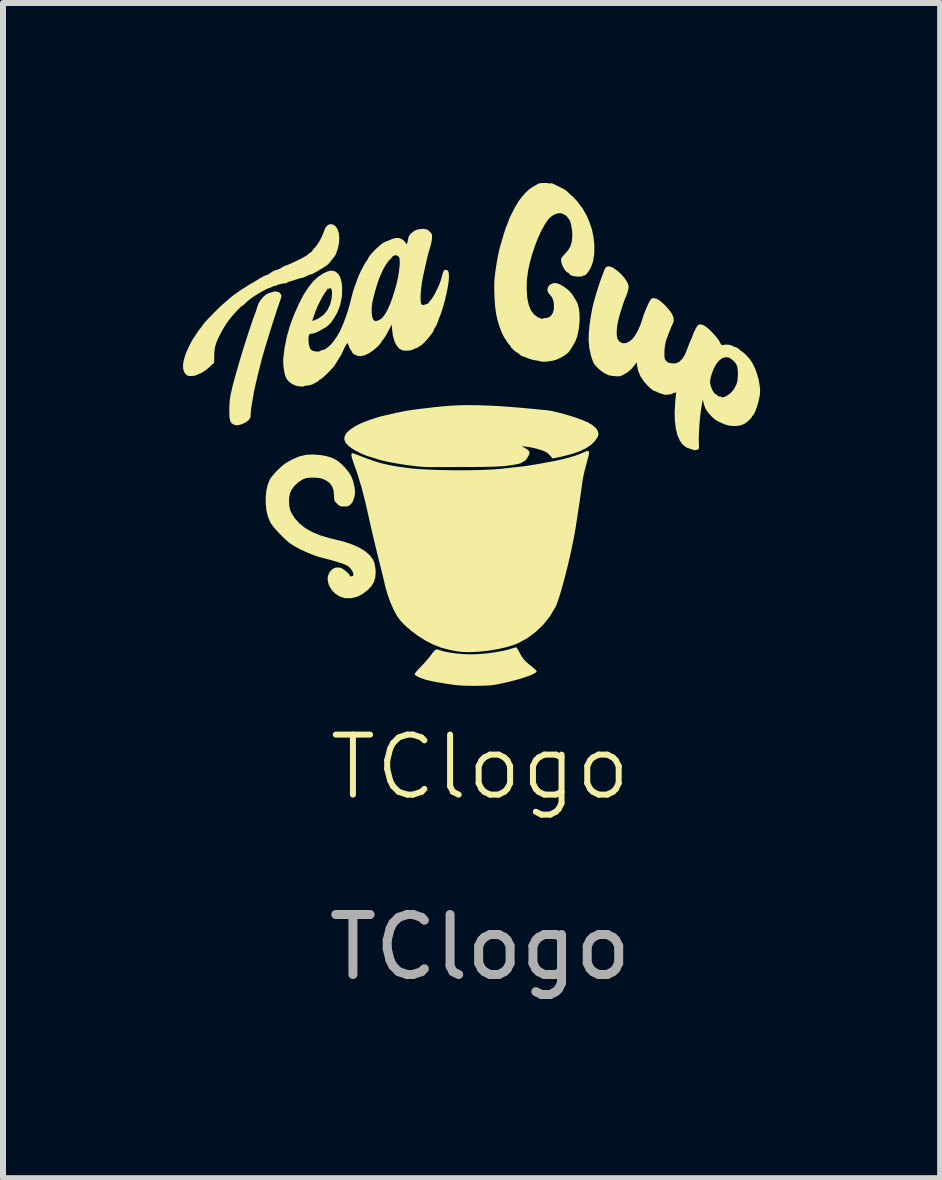
<source format=kicad_pcb>
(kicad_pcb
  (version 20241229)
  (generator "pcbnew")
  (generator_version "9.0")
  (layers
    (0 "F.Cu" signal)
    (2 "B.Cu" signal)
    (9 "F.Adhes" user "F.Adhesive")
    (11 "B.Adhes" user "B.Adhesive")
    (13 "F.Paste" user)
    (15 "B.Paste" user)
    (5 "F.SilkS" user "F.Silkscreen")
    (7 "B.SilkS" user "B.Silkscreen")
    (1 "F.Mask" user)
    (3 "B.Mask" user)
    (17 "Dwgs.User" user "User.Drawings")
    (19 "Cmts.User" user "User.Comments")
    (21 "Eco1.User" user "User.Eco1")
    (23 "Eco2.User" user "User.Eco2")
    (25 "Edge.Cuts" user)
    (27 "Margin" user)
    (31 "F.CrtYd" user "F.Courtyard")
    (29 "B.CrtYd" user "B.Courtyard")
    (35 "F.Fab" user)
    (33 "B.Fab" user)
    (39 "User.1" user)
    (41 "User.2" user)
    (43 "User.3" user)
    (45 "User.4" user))
  (footprint "TClogo"
    (layer "F.Cu")
    (at 4.95 10.234)
    (property "Reference" "TClogo" (at 0 -0.5 0) (unlocked yes) (layer "F.SilkS") (effects (font (size 1 1) (thickness 0.1))))
    (fp_poly (pts (xy 0.602 -2.495) (xy 0.616 -2.483) (xy 0.633 -2.455) (xy 0.655 -2.414) (xy 0.69 -2.351) (xy 0.724 -2.302) (xy 0.765 -2.258) (xy 0.818 -2.211) (xy 0.85 -2.186) (xy 0.892 -2.152) (xy 0.923 -2.123) (xy 0.942 -2.103) (xy 0.944 -2.096) (xy 0.927 -2.076) (xy 0.887 -2.053) (xy 0.828 -2.027) (xy 0.752 -2) (xy 0.662 -1.971) (xy 0.56 -1.943) (xy 0.449 -1.915) (xy 0.378 -1.9) (xy 0.301 -1.883) (xy 0.236 -1.872) (xy 0.176 -1.864) (xy 0.112 -1.86) (xy 0.037 -1.857) (xy -0.023 -1.856) (xy -0.105 -1.855) (xy -0.19 -1.856) (xy -0.27 -1.858) (xy -0.336 -1.862) (xy -0.361 -1.864) (xy -0.43 -1.871) (xy -0.511 -1.882) (xy -0.598 -1.896) (xy -0.686 -1.911) (xy -0.769 -1.926) (xy -0.841 -1.941) (xy -0.896 -1.955) (xy -0.912 -1.959) (xy -0.98 -1.983) (xy -1.035 -2.006) (xy -1.073 -2.028) (xy -1.09 -2.046) (xy -1.084 -2.065) (xy -1.059 -2.098) (xy -1.015 -2.146) (xy -0.997 -2.164) (xy -0.945 -2.218) (xy -0.891 -2.279) (xy -0.842 -2.338) (xy -0.823 -2.363) (xy -0.79 -2.406) (xy -0.76 -2.44) (xy -0.737 -2.46) (xy -0.729 -2.464) (xy -0.705 -2.46) (xy -0.669 -2.45) (xy -0.654 -2.444) (xy -0.584 -2.425) (xy -0.495 -2.408) (xy -0.39 -2.394) (xy -0.275 -2.384) (xy -0.223 -2.381) (xy -0.116 -2.38) (xy 0.003 -2.386) (xy 0.128 -2.398) (xy 0.252 -2.415) (xy 0.37 -2.436) (xy 0.476 -2.461) (xy 0.563 -2.488) (xy 0.567 -2.489) (xy 0.587 -2.496)) (stroke (width 0) (type solid)) (fill yes) (layer "F.SilkS"))
    (fp_poly (pts (xy -3.4 -8.43) (xy -3.398 -8.425) (xy -3.389 -8.419) (xy -3.379 -8.421) (xy -3.358 -8.418) (xy -3.334 -8.399) (xy -3.316 -8.373) (xy -3.31 -8.352) (xy -3.314 -8.331) (xy -3.325 -8.294) (xy -3.34 -8.251) (xy -3.362 -8.188) (xy -3.39 -8.106) (xy -3.421 -8.009) (xy -3.456 -7.901) (xy -3.492 -7.788) (xy -3.527 -7.673) (xy -3.562 -7.561) (xy -3.593 -7.456) (xy -3.61 -7.399) (xy -3.628 -7.333) (xy -3.649 -7.255) (xy -3.671 -7.167) (xy -3.694 -7.076) (xy -3.716 -6.986) (xy -3.736 -6.901) (xy -3.753 -6.826) (xy -3.766 -6.766) (xy -3.773 -6.729) (xy -3.782 -6.67) (xy -3.794 -6.602) (xy -3.805 -6.541) (xy -3.814 -6.483) (xy -3.82 -6.426) (xy -3.823 -6.38) (xy -3.823 -6.377) (xy -3.826 -6.336) (xy -3.837 -6.308) (xy -3.86 -6.28) (xy -3.867 -6.274) (xy -3.911 -6.243) (xy -3.967 -6.217) (xy -4.023 -6.2) (xy -4.055 -6.197) (xy -4.086 -6.202) (xy -4.112 -6.212) (xy -4.138 -6.23) (xy -4.157 -6.254) (xy -4.169 -6.289) (xy -4.176 -6.339) (xy -4.179 -6.407) (xy -4.179 -6.466) (xy -4.177 -6.537) (xy -4.173 -6.597) (xy -4.166 -6.654) (xy -4.155 -6.716) (xy -4.138 -6.791) (xy -4.131 -6.823) (xy -4.106 -6.919) (xy -4.075 -7.033) (xy -4.039 -7.16) (xy -3.999 -7.296) (xy -3.957 -7.436) (xy -3.913 -7.576) (xy -3.87 -7.711) (xy -3.828 -7.836) (xy -3.79 -7.948) (xy -3.756 -8.041) (xy -3.748 -8.062) (xy -3.732 -8.106) (xy -3.72 -8.145) (xy -3.715 -8.163) (xy -3.695 -8.222) (xy -3.659 -8.282) (xy -3.614 -8.336) (xy -3.565 -8.377) (xy -3.523 -8.398) (xy -3.467 -8.416) (xy -3.43 -8.426) (xy -3.409 -8.431)) (stroke (width 0) (type solid)) (fill yes) (layer "F.SilkS"))
    (fp_poly (pts (xy -0.06 -6.532) (xy 0.103 -6.527) (xy 0.278 -6.519) (xy 0.469 -6.506) (xy 0.678 -6.489) (xy 0.906 -6.468) (xy 1.117 -6.447) (xy 1.19 -6.436) (xy 1.28 -6.416) (xy 1.381 -6.39) (xy 1.486 -6.359) (xy 1.59 -6.326) (xy 1.687 -6.291) (xy 1.769 -6.257) (xy 1.794 -6.246) (xy 1.868 -6.204) (xy 1.923 -6.157) (xy 1.959 -6.108) (xy 1.973 -6.059) (xy 1.964 -6.011) (xy 1.962 -6.007) (xy 1.914 -5.935) (xy 1.849 -5.871) (xy 1.764 -5.814) (xy 1.659 -5.764) (xy 1.532 -5.72) (xy 1.383 -5.681) (xy 1.306 -5.664) (xy 1.207 -5.644) (xy 1.17 -5.689) (xy 1.138 -5.721) (xy 1.104 -5.748) (xy 1.096 -5.753) (xy 1.046 -5.774) (xy 0.98 -5.796) (xy 0.907 -5.816) (xy 0.836 -5.831) (xy 0.776 -5.84) (xy 0.773 -5.84) (xy 0.691 -5.847) (xy 0.74 -5.822) (xy 0.783 -5.797) (xy 0.809 -5.776) (xy 0.82 -5.755) (xy 0.823 -5.733) (xy 0.816 -5.706) (xy 0.798 -5.672) (xy 0.775 -5.637) (xy 0.751 -5.609) (xy 0.732 -5.596) (xy 0.73 -5.596) (xy 0.712 -5.588) (xy 0.696 -5.575) (xy 0.671 -5.563) (xy 0.621 -5.55) (xy 0.547 -5.537) (xy 0.494 -5.529) (xy 0.448 -5.523) (xy 0.401 -5.518) (xy 0.352 -5.514) (xy 0.297 -5.511) (xy 0.234 -5.508) (xy 0.159 -5.506) (xy 0.07 -5.504) (xy -0.037 -5.503) (xy -0.163 -5.502) (xy -0.267 -5.502) (xy -0.388 -5.501) (xy -0.504 -5.501) (xy -0.612 -5.501) (xy -0.709 -5.501) (xy -0.792 -5.501) (xy -0.858 -5.501) (xy -0.904 -5.502) (xy -0.924 -5.503) (xy -1.02 -5.51) (xy -1.126 -5.522) (xy -1.239 -5.537) (xy -1.353 -5.555) (xy -1.462 -5.574) (xy -1.562 -5.594) (xy -1.647 -5.614) (xy -1.713 -5.633) (xy -1.713 -5.634) (xy -1.767 -5.651) (xy -1.824 -5.669) (xy -1.854 -5.677) (xy -1.896 -5.691) (xy -1.951 -5.713) (xy -2.007 -5.739) (xy -2.023 -5.747) (xy -2.12 -5.801) (xy -2.192 -5.853) (xy -2.24 -5.906) (xy -2.262 -5.957) (xy -2.259 -6.009) (xy -2.232 -6.061) (xy -2.18 -6.114) (xy -2.103 -6.168) (xy -2.065 -6.19) (xy -1.999 -6.223) (xy -1.916 -6.258) (xy -1.824 -6.292) (xy -1.73 -6.323) (xy -1.641 -6.349) (xy -1.601 -6.358) (xy -1.499 -6.381) (xy -1.416 -6.4) (xy -1.346 -6.415) (xy -1.286 -6.427) (xy -1.232 -6.437) (xy -1.178 -6.446) (xy -1.121 -6.455) (xy -1.057 -6.463) (xy -0.98 -6.473) (xy -0.888 -6.484) (xy -0.776 -6.497) (xy -0.768 -6.498) (xy -0.632 -6.512) (xy -0.496 -6.523) (xy -0.357 -6.53) (xy -0.213 -6.533)) (stroke (width 0) (type solid)) (fill yes) (layer "F.SilkS"))
    (fp_poly (pts (xy 1.814 -5.759) (xy 1.816 -5.729) (xy 1.805 -5.677) (xy 1.799 -5.655) (xy 1.769 -5.544) (xy 1.745 -5.452) (xy 1.727 -5.377) (xy 1.714 -5.313) (xy 1.705 -5.259) (xy 1.702 -5.235) (xy 1.696 -5.192) (xy 1.687 -5.127) (xy 1.676 -5.047) (xy 1.663 -4.954) (xy 1.648 -4.853) (xy 1.632 -4.749) (xy 1.616 -4.645) (xy 1.601 -4.546) (xy 1.594 -4.499) (xy 1.574 -4.385) (xy 1.55 -4.261) (xy 1.523 -4.129) (xy 1.493 -3.994) (xy 1.461 -3.859) (xy 1.428 -3.725) (xy 1.394 -3.598) (xy 1.362 -3.48) (xy 1.33 -3.374) (xy 1.301 -3.283) (xy 1.275 -3.211) (xy 1.254 -3.165) (xy 1.164 -3.014) (xy 1.054 -2.876) (xy 0.926 -2.753) (xy 0.784 -2.648) (xy 0.631 -2.565) (xy 0.541 -2.53) (xy 0.431 -2.498) (xy 0.307 -2.47) (xy 0.176 -2.447) (xy 0.042 -2.43) (xy -0.088 -2.42) (xy -0.208 -2.417) (xy -0.314 -2.422) (xy -0.317 -2.422) (xy -0.405 -2.435) (xy -0.503 -2.454) (xy -0.599 -2.478) (xy -0.662 -2.496) (xy -0.783 -2.544) (xy -0.91 -2.61) (xy -1.036 -2.689) (xy -1.154 -2.777) (xy -1.259 -2.87) (xy -1.334 -2.951) (xy -1.389 -3.028) (xy -1.442 -3.127) (xy -1.493 -3.241) (xy -1.538 -3.367) (xy -1.577 -3.5) (xy -1.588 -3.547) (xy -1.605 -3.62) (xy -1.624 -3.699) (xy -1.642 -3.773) (xy -1.65 -3.804) (xy -1.674 -3.899) (xy -1.7 -4.002) (xy -1.727 -4.114) (xy -1.757 -4.239) (xy -1.79 -4.379) (xy -1.826 -4.536) (xy -1.866 -4.712) (xy -1.911 -4.91) (xy -1.916 -4.931) (xy -1.976 -5.166) (xy -2.05 -5.406) (xy -2.103 -5.555) (xy -2.129 -5.631) (xy -2.143 -5.687) (xy -2.144 -5.72) (xy -2.133 -5.733) (xy -2.131 -5.733) (xy -2.115 -5.728) (xy -2.08 -5.717) (xy -2.032 -5.699) (xy -1.974 -5.677) (xy -1.959 -5.671) (xy -1.844 -5.628) (xy -1.739 -5.592) (xy -1.639 -5.563) (xy -1.536 -5.539) (xy -1.425 -5.518) (xy -1.298 -5.498) (xy -1.231 -5.489) (xy -1.122 -5.476) (xy -0.993 -5.466) (xy -0.847 -5.458) (xy -0.69 -5.452) (xy -0.525 -5.449) (xy -0.358 -5.447) (xy -0.193 -5.448) (xy -0.033 -5.451) (xy 0.115 -5.456) (xy 0.249 -5.463) (xy 0.363 -5.473) (xy 0.384 -5.476) (xy 0.461 -5.484) (xy 0.541 -5.493) (xy 0.616 -5.502) (xy 0.673 -5.508) (xy 0.734 -5.515) (xy 0.814 -5.527) (xy 0.908 -5.542) (xy 1.008 -5.559) (xy 1.11 -5.578) (xy 1.208 -5.596) (xy 1.296 -5.614) (xy 1.368 -5.63) (xy 1.386 -5.635) (xy 1.488 -5.661) (xy 1.581 -5.689) (xy 1.659 -5.717) (xy 1.718 -5.742) (xy 1.723 -5.744) (xy 1.769 -5.765) (xy 1.799 -5.771)) (stroke (width 0) (type solid)) (fill yes) (layer "F.SilkS"))
    (fp_poly (pts (xy -2.669 -5.702) (xy -2.567 -5.685) (xy -2.483 -5.661) (xy -2.411 -5.628) (xy -2.345 -5.582) (xy -2.277 -5.519) (xy -2.248 -5.488) (xy -2.188 -5.415) (xy -2.145 -5.344) (xy -2.116 -5.267) (xy -2.101 -5.208) (xy -2.089 -5.146) (xy -2.084 -5.098) (xy -2.086 -5.053) (xy -2.095 -5.002) (xy -2.097 -4.992) (xy -2.119 -4.929) (xy -2.152 -4.884) (xy -2.179 -4.861) (xy -2.204 -4.848) (xy -2.238 -4.844) (xy -2.265 -4.844) (xy -2.308 -4.845) (xy -2.336 -4.852) (xy -2.362 -4.87) (xy -2.385 -4.892) (xy -2.411 -4.919) (xy -2.425 -4.942) (xy -2.432 -4.969) (xy -2.434 -5.009) (xy -2.434 -5.027) (xy -2.442 -5.114) (xy -2.468 -5.185) (xy -2.511 -5.238) (xy -2.524 -5.249) (xy -2.579 -5.285) (xy -2.634 -5.308) (xy -2.698 -5.321) (xy -2.778 -5.325) (xy -2.836 -5.324) (xy -2.878 -5.321) (xy -2.913 -5.312) (xy -2.949 -5.297) (xy -2.962 -5.291) (xy -3.032 -5.246) (xy -3.094 -5.187) (xy -3.143 -5.12) (xy -3.167 -5.067) (xy -3.18 -5.003) (xy -3.184 -4.928) (xy -3.179 -4.852) (xy -3.164 -4.784) (xy -3.15 -4.747) (xy -3.087 -4.647) (xy -3.009 -4.56) (xy -2.913 -4.484) (xy -2.799 -4.419) (xy -2.664 -4.363) (xy -2.508 -4.316) (xy -2.411 -4.294) (xy -2.259 -4.255) (xy -2.125 -4.209) (xy -2.009 -4.156) (xy -1.913 -4.097) (xy -1.838 -4.032) (xy -1.785 -3.962) (xy -1.761 -3.905) (xy -1.751 -3.855) (xy -1.743 -3.795) (xy -1.74 -3.741) (xy -1.747 -3.658) (xy -1.768 -3.587) (xy -1.807 -3.522) (xy -1.865 -3.459) (xy -1.954 -3.388) (xy -2.048 -3.34) (xy -2.145 -3.316) (xy -2.244 -3.316) (xy -2.262 -3.319) (xy -2.34 -3.344) (xy -2.412 -3.39) (xy -2.472 -3.452) (xy -2.515 -3.525) (xy -2.528 -3.56) (xy -2.541 -3.628) (xy -2.537 -3.685) (xy -2.512 -3.74) (xy -2.496 -3.764) (xy -2.454 -3.806) (xy -2.402 -3.827) (xy -2.339 -3.826) (xy -2.329 -3.824) (xy -2.302 -3.813) (xy -2.267 -3.79) (xy -2.23 -3.761) (xy -2.198 -3.731) (xy -2.176 -3.705) (xy -2.171 -3.692) (xy -2.161 -3.68) (xy -2.141 -3.68) (xy -2.121 -3.688) (xy -2.112 -3.699) (xy -2.112 -3.729) (xy -2.128 -3.766) (xy -2.155 -3.806) (xy -2.189 -3.841) (xy -2.213 -3.858) (xy -2.252 -3.877) (xy -2.311 -3.899) (xy -2.385 -3.922) (xy -2.47 -3.947) (xy -2.561 -3.971) (xy -2.621 -3.986) (xy -2.704 -4.009) (xy -2.797 -4.042) (xy -2.894 -4.083) (xy -2.99 -4.127) (xy -3.077 -4.173) (xy -3.15 -4.218) (xy -3.187 -4.245) (xy -3.241 -4.293) (xy -3.3 -4.349) (xy -3.359 -4.409) (xy -3.413 -4.469) (xy -3.458 -4.524) (xy -3.49 -4.568) (xy -3.497 -4.581) (xy -3.535 -4.672) (xy -3.56 -4.778) (xy -3.572 -4.892) (xy -3.572 -5.008) (xy -3.56 -5.12) (xy -3.534 -5.221) (xy -3.502 -5.297) (xy -3.475 -5.337) (xy -3.433 -5.388) (xy -3.382 -5.443) (xy -3.327 -5.495) (xy -3.275 -5.54) (xy -3.26 -5.552) (xy -3.228 -5.573) (xy -3.182 -5.6) (xy -3.131 -5.628) (xy -3.116 -5.635) (xy -3.012 -5.679) (xy -2.907 -5.704) (xy -2.793 -5.711)) (stroke (width 0) (type solid)) (fill yes) (layer "F.SilkS"))
    (fp_poly (pts (xy -2.45 -9.542) (xy -2.445 -9.54) (xy -2.405 -9.51) (xy -2.374 -9.461) (xy -2.354 -9.397) (xy -2.346 -9.322) (xy -2.35 -9.239) (xy -2.364 -9.165) (xy -2.382 -9.107) (xy -2.401 -9.056) (xy -2.419 -9.018) (xy -2.432 -9.002) (xy -2.444 -8.989) (xy -2.464 -8.963) (xy -2.477 -8.945) (xy -2.505 -8.911) (xy -2.531 -8.882) (xy -2.54 -8.874) (xy -2.563 -8.857) (xy -2.599 -8.833) (xy -2.644 -8.805) (xy -2.691 -8.776) (xy -2.736 -8.75) (xy -2.774 -8.73) (xy -2.799 -8.718) (xy -2.805 -8.716) (xy -2.823 -8.712) (xy -2.856 -8.7) (xy -2.898 -8.681) (xy -2.937 -8.662) (xy -2.965 -8.653) (xy -2.976 -8.651) (xy -2.996 -8.647) (xy -3.032 -8.637) (xy -3.067 -8.626) (xy -3.112 -8.611) (xy -3.152 -8.599) (xy -3.172 -8.594) (xy -3.204 -8.582) (xy -3.221 -8.572) (xy -3.238 -8.561) (xy -3.243 -8.561) (xy -3.259 -8.563) (xy -3.291 -8.559) (xy -3.329 -8.55) (xy -3.365 -8.54) (xy -3.388 -8.53) (xy -3.412 -8.52) (xy -3.423 -8.519) (xy -3.423 -8.52) (xy -3.433 -8.519) (xy -3.456 -8.509) (xy -3.464 -8.505) (xy -3.497 -8.489) (xy -3.525 -8.48) (xy -3.527 -8.48) (xy -3.55 -8.471) (xy -3.59 -8.451) (xy -3.639 -8.424) (xy -3.692 -8.393) (xy -3.745 -8.361) (xy -3.79 -8.33) (xy -3.792 -8.329) (xy -3.841 -8.293) (xy -3.878 -8.263) (xy -3.911 -8.232) (xy -3.927 -8.216) (xy -3.949 -8.196) (xy -3.964 -8.188) (xy -3.964 -8.188) (xy -3.976 -8.181) (xy -3.999 -8.16) (xy -4.035 -8.123) (xy -4.085 -8.069) (xy -4.114 -8.037) (xy -4.169 -7.972) (xy -4.217 -7.908) (xy -4.263 -7.836) (xy -4.304 -7.764) (xy -4.35 -7.676) (xy -4.383 -7.604) (xy -4.406 -7.541) (xy -4.42 -7.481) (xy -4.428 -7.419) (xy -4.43 -7.36) (xy -4.432 -7.239) (xy -4.488 -7.187) (xy -4.532 -7.148) (xy -4.577 -7.112) (xy -4.619 -7.084) (xy -4.651 -7.065) (xy -4.667 -7.06) (xy -4.688 -7.054) (xy -4.71 -7.041) (xy -4.746 -7.026) (xy -4.793 -7.018) (xy -4.84 -7.018) (xy -4.878 -7.026) (xy -4.887 -7.031) (xy -4.926 -7.073) (xy -4.947 -7.131) (xy -4.95 -7.205) (xy -4.936 -7.292) (xy -4.904 -7.392) (xy -4.855 -7.503) (xy -4.848 -7.518) (xy -4.822 -7.568) (xy -4.799 -7.61) (xy -4.783 -7.639) (xy -4.776 -7.649) (xy -4.765 -7.663) (xy -4.748 -7.69) (xy -4.743 -7.699) (xy -4.691 -7.777) (xy -4.669 -7.804) (xy -4.654 -7.823) (xy -4.632 -7.852) (xy -4.627 -7.86) (xy -4.611 -7.881) (xy -4.596 -7.901) (xy -4.576 -7.924) (xy -4.55 -7.952) (xy -4.515 -7.989) (xy -4.466 -8.039) (xy -4.436 -8.071) (xy -4.387 -8.119) (xy -4.338 -8.167) (xy -4.295 -8.207) (xy -4.268 -8.231) (xy -4.228 -8.265) (xy -4.189 -8.299) (xy -4.169 -8.317) (xy -4.141 -8.34) (xy -4.099 -8.372) (xy -4.05 -8.407) (xy -4 -8.442) (xy -3.958 -8.47) (xy -3.939 -8.482) (xy -3.916 -8.496) (xy -3.882 -8.517) (xy -3.864 -8.529) (xy -3.832 -8.549) (xy -3.81 -8.561) (xy -3.805 -8.563) (xy -3.792 -8.57) (xy -3.765 -8.586) (xy -3.728 -8.61) (xy -3.727 -8.61) (xy -3.668 -8.647) (xy -3.616 -8.676) (xy -3.576 -8.695) (xy -3.553 -8.701) (xy -3.536 -8.708) (xy -3.507 -8.726) (xy -3.488 -8.739) (xy -3.452 -8.762) (xy -3.419 -8.778) (xy -3.407 -8.782) (xy -3.384 -8.787) (xy -3.376 -8.789) (xy -3.364 -8.794) (xy -3.348 -8.801) (xy -3.32 -8.817) (xy -3.304 -8.826) (xy -3.272 -8.845) (xy -3.248 -8.857) (xy -3.241 -8.858) (xy -3.221 -8.864) (xy -3.185 -8.879) (xy -3.138 -8.9) (xy -3.083 -8.926) (xy -3.027 -8.953) (xy -2.973 -8.98) (xy -2.927 -9.005) (xy -2.892 -9.025) (xy -2.874 -9.038) (xy -2.872 -9.04) (xy -2.862 -9.053) (xy -2.837 -9.069) (xy -2.834 -9.071) (xy -2.809 -9.087) (xy -2.797 -9.102) (xy -2.797 -9.103) (xy -2.788 -9.119) (xy -2.767 -9.144) (xy -2.755 -9.156) (xy -2.719 -9.199) (xy -2.681 -9.258) (xy -2.644 -9.326) (xy -2.614 -9.396) (xy -2.603 -9.428) (xy -2.575 -9.492) (xy -2.54 -9.533) (xy -2.498 -9.549)) (stroke (width 0) (type solid)) (fill yes) (layer "F.SilkS"))
    (fp_poly (pts (xy 1.098 -10.234) (xy 1.133 -10.232) (xy 1.152 -10.227) (xy 1.17 -10.223) (xy 1.174 -10.23) (xy 1.183 -10.233) (xy 1.209 -10.225) (xy 1.221 -10.219) (xy 1.258 -10.201) (xy 1.306 -10.178) (xy 1.343 -10.161) (xy 1.386 -10.139) (xy 1.423 -10.117) (xy 1.443 -10.102) (xy 1.464 -10.081) (xy 1.497 -10.05) (xy 1.535 -10.015) (xy 1.538 -10.013) (xy 1.577 -9.974) (xy 1.613 -9.935) (xy 1.638 -9.904) (xy 1.638 -9.904) (xy 1.662 -9.87) (xy 1.684 -9.842) (xy 1.688 -9.838) (xy 1.709 -9.81) (xy 1.725 -9.781) (xy 1.746 -9.744) (xy 1.763 -9.716) (xy 1.781 -9.681) (xy 1.798 -9.642) (xy 1.799 -9.641) (xy 1.813 -9.604) (xy 1.825 -9.574) (xy 1.826 -9.572) (xy 1.864 -9.46) (xy 1.89 -9.334) (xy 1.904 -9.202) (xy 1.903 -9.072) (xy 1.9 -9.033) (xy 1.882 -8.927) (xy 1.85 -8.835) (xy 1.818 -8.776) (xy 1.797 -8.746) (xy 1.773 -8.718) (xy 1.752 -8.699) (xy 1.739 -8.691) (xy 1.737 -8.695) (xy 1.73 -8.696) (xy 1.719 -8.689) (xy 1.692 -8.678) (xy 1.652 -8.674) (xy 1.606 -8.676) (xy 1.56 -8.683) (xy 1.52 -8.694) (xy 1.494 -8.709) (xy 1.487 -8.722) (xy 1.476 -8.737) (xy 1.465 -8.739) (xy 1.443 -8.751) (xy 1.417 -8.78) (xy 1.391 -8.82) (xy 1.369 -8.865) (xy 1.355 -8.908) (xy 1.352 -8.926) (xy 1.35 -8.955) (xy 1.353 -8.977) (xy 1.365 -8.998) (xy 1.388 -9.026) (xy 1.421 -9.06) (xy 1.472 -9.122) (xy 1.507 -9.185) (xy 1.528 -9.258) (xy 1.536 -9.345) (xy 1.537 -9.38) (xy 1.534 -9.431) (xy 1.526 -9.486) (xy 1.516 -9.54) (xy 1.503 -9.587) (xy 1.489 -9.622) (xy 1.477 -9.64) (xy 1.474 -9.641) (xy 1.462 -9.65) (xy 1.461 -9.656) (xy 1.45 -9.675) (xy 1.423 -9.697) (xy 1.386 -9.717) (xy 1.348 -9.73) (xy 1.336 -9.732) (xy 1.284 -9.727) (xy 1.227 -9.704) (xy 1.173 -9.666) (xy 1.135 -9.627) (xy 1.078 -9.543) (xy 1.021 -9.44) (xy 0.966 -9.321) (xy 0.916 -9.191) (xy 0.87 -9.055) (xy 0.832 -8.919) (xy 0.803 -8.787) (xy 0.785 -8.663) (xy 0.779 -8.601) (xy 0.777 -8.447) (xy 0.787 -8.315) (xy 0.811 -8.204) (xy 0.847 -8.114) (xy 0.897 -8.046) (xy 0.959 -7.999) (xy 0.995 -7.983) (xy 1.026 -7.974) (xy 1.046 -7.972) (xy 1.048 -7.974) (xy 1.059 -7.98) (xy 1.085 -7.983) (xy 1.086 -7.983) (xy 1.141 -7.994) (xy 1.184 -8.025) (xy 1.214 -8.074) (xy 1.23 -8.137) (xy 1.23 -8.212) (xy 1.224 -8.256) (xy 1.209 -8.308) (xy 1.187 -8.345) (xy 1.166 -8.368) (xy 1.132 -8.412) (xy 1.121 -8.458) (xy 1.132 -8.502) (xy 1.162 -8.538) (xy 1.21 -8.562) (xy 1.216 -8.563) (xy 1.246 -8.568) (xy 1.274 -8.565) (xy 1.309 -8.553) (xy 1.346 -8.536) (xy 1.412 -8.496) (xy 1.475 -8.446) (xy 1.527 -8.39) (xy 1.558 -8.344) (xy 1.58 -8.307) (xy 1.6 -8.275) (xy 1.627 -8.219) (xy 1.646 -8.144) (xy 1.657 -8.055) (xy 1.659 -7.958) (xy 1.652 -7.858) (xy 1.637 -7.759) (xy 1.614 -7.666) (xy 1.597 -7.618) (xy 1.577 -7.577) (xy 1.548 -7.525) (xy 1.515 -7.472) (xy 1.485 -7.428) (xy 1.479 -7.42) (xy 1.443 -7.387) (xy 1.392 -7.351) (xy 1.332 -7.318) (xy 1.272 -7.291) (xy 1.224 -7.276) (xy 1.16 -7.265) (xy 1.1 -7.258) (xy 1.05 -7.256) (xy 1.016 -7.259) (xy 1.008 -7.262) (xy 0.985 -7.269) (xy 0.948 -7.276) (xy 0.928 -7.279) (xy 0.882 -7.287) (xy 0.827 -7.303) (xy 0.791 -7.317) (xy 0.751 -7.333) (xy 0.719 -7.344) (xy 0.704 -7.348) (xy 0.687 -7.356) (xy 0.662 -7.376) (xy 0.657 -7.38) (xy 0.632 -7.4) (xy 0.615 -7.411) (xy 0.613 -7.411) (xy 0.597 -7.42) (xy 0.572 -7.44) (xy 0.544 -7.466) (xy 0.521 -7.49) (xy 0.51 -7.507) (xy 0.51 -7.509) (xy 0.502 -7.525) (xy 0.5 -7.526) (xy 0.485 -7.54) (xy 0.462 -7.57) (xy 0.435 -7.61) (xy 0.407 -7.654) (xy 0.384 -7.695) (xy 0.373 -7.716) (xy 0.328 -7.826) (xy 0.293 -7.937) (xy 0.267 -8.053) (xy 0.25 -8.181) (xy 0.24 -8.326) (xy 0.238 -8.388) (xy 0.236 -8.476) (xy 0.236 -8.548) (xy 0.239 -8.613) (xy 0.245 -8.678) (xy 0.254 -8.753) (xy 0.265 -8.83) (xy 0.278 -8.912) (xy 0.292 -8.993) (xy 0.307 -9.068) (xy 0.321 -9.129) (xy 0.329 -9.159) (xy 0.348 -9.225) (xy 0.37 -9.3) (xy 0.39 -9.368) (xy 0.391 -9.373) (xy 0.409 -9.429) (xy 0.427 -9.483) (xy 0.442 -9.524) (xy 0.446 -9.532) (xy 0.463 -9.572) (xy 0.476 -9.608) (xy 0.479 -9.615) (xy 0.492 -9.652) (xy 0.516 -9.703) (xy 0.547 -9.763) (xy 0.58 -9.826) (xy 0.614 -9.885) (xy 0.641 -9.929) (xy 0.697 -10.005) (xy 0.76 -10.075) (xy 0.824 -10.134) (xy 0.885 -10.175) (xy 0.892 -10.179) (xy 0.928 -10.198) (xy 0.954 -10.214) (xy 0.962 -10.221) (xy 0.979 -10.227) (xy 1.012 -10.232) (xy 1.055 -10.234)) (stroke (width 0) (type solid)) (fill yes) (layer "F.SilkS"))
    (fp_poly (pts (xy 2.185 -8.836) (xy 2.229 -8.814) (xy 2.292 -8.768) (xy 2.352 -8.714) (xy 2.404 -8.655) (xy 2.444 -8.595) (xy 2.469 -8.54) (xy 2.476 -8.503) (xy 2.472 -8.475) (xy 2.462 -8.434) (xy 2.449 -8.39) (xy 2.436 -8.352) (xy 2.426 -8.332) (xy 2.416 -8.31) (xy 2.4 -8.267) (xy 2.379 -8.207) (xy 2.356 -8.134) (xy 2.33 -8.051) (xy 2.326 -8.037) (xy 2.302 -7.944) (xy 2.285 -7.854) (xy 2.277 -7.772) (xy 2.277 -7.702) (xy 2.286 -7.649) (xy 2.294 -7.63) (xy 2.329 -7.586) (xy 2.372 -7.565) (xy 2.423 -7.565) (xy 2.478 -7.588) (xy 2.534 -7.632) (xy 2.542 -7.64) (xy 2.575 -7.682) (xy 2.61 -7.741) (xy 2.645 -7.809) (xy 2.675 -7.879) (xy 2.697 -7.943) (xy 2.701 -7.956) (xy 2.716 -8.006) (xy 2.736 -8.064) (xy 2.761 -8.126) (xy 2.787 -8.186) (xy 2.812 -8.239) (xy 2.835 -8.28) (xy 2.852 -8.305) (xy 2.858 -8.31) (xy 2.897 -8.317) (xy 2.942 -8.305) (xy 2.995 -8.273) (xy 3.058 -8.22) (xy 3.079 -8.2) (xy 3.149 -8.123) (xy 3.198 -8.053) (xy 3.224 -7.99) (xy 3.227 -7.934) (xy 3.216 -7.903) (xy 3.2 -7.868) (xy 3.178 -7.817) (xy 3.154 -7.756) (xy 3.13 -7.694) (xy 3.109 -7.638) (xy 3.094 -7.593) (xy 3.094 -7.593) (xy 3.079 -7.518) (xy 3.072 -7.43) (xy 3.071 -7.409) (xy 3.072 -7.355) (xy 3.075 -7.319) (xy 3.082 -7.295) (xy 3.094 -7.277) (xy 3.1 -7.27) (xy 3.124 -7.249) (xy 3.143 -7.238) (xy 3.143 -7.238) (xy 3.165 -7.235) (xy 3.199 -7.229) (xy 3.206 -7.228) (xy 3.266 -7.23) (xy 3.321 -7.257) (xy 3.371 -7.306) (xy 3.415 -7.378) (xy 3.447 -7.456) (xy 3.468 -7.513) (xy 3.49 -7.57) (xy 3.509 -7.615) (xy 3.511 -7.619) (xy 3.527 -7.655) (xy 3.538 -7.682) (xy 3.541 -7.691) (xy 3.546 -7.709) (xy 3.56 -7.742) (xy 3.579 -7.781) (xy 3.599 -7.819) (xy 3.616 -7.848) (xy 3.618 -7.851) (xy 3.643 -7.875) (xy 3.677 -7.88) (xy 3.721 -7.865) (xy 3.741 -7.855) (xy 3.782 -7.826) (xy 3.831 -7.783) (xy 3.882 -7.731) (xy 3.93 -7.677) (xy 3.969 -7.627) (xy 3.991 -7.59) (xy 4.01 -7.554) (xy 4.024 -7.537) (xy 4.039 -7.533) (xy 4.053 -7.536) (xy 4.099 -7.542) (xy 4.151 -7.538) (xy 4.197 -7.525) (xy 4.214 -7.517) (xy 4.242 -7.503) (xy 4.261 -7.499) (xy 4.28 -7.491) (xy 4.31 -7.471) (xy 4.328 -7.455) (xy 4.357 -7.43) (xy 4.378 -7.414) (xy 4.384 -7.411) (xy 4.396 -7.403) (xy 4.42 -7.38) (xy 4.449 -7.35) (xy 4.481 -7.315) (xy 4.49 -7.305) (xy 4.534 -7.241) (xy 4.576 -7.158) (xy 4.606 -7.079) (xy 4.606 -7.079) (xy 4.612 -7.062) (xy 4.641 -6.96) (xy 4.659 -6.859) (xy 4.665 -6.796) (xy 4.666 -6.744) (xy 4.66 -6.691) (xy 4.652 -6.65) (xy 4.637 -6.587) (xy 4.619 -6.522) (xy 4.598 -6.462) (xy 4.577 -6.411) (xy 4.558 -6.376) (xy 4.548 -6.364) (xy 4.533 -6.347) (xy 4.531 -6.339) (xy 4.522 -6.326) (xy 4.5 -6.301) (xy 4.47 -6.271) (xy 4.408 -6.223) (xy 4.34 -6.195) (xy 4.26 -6.185) (xy 4.218 -6.185) (xy 4.165 -6.19) (xy 4.118 -6.199) (xy 4.068 -6.216) (xy 4.006 -6.243) (xy 4.005 -6.244) (xy 3.959 -6.266) (xy 3.928 -6.284) (xy 3.901 -6.304) (xy 3.871 -6.332) (xy 3.868 -6.335) (xy 3.809 -6.397) (xy 3.767 -6.455) (xy 3.74 -6.514) (xy 3.727 -6.56) (xy 3.712 -6.628) (xy 3.696 -6.547) (xy 3.684 -6.477) (xy 3.673 -6.392) (xy 3.663 -6.298) (xy 3.655 -6.202) (xy 3.649 -6.108) (xy 3.645 -6.023) (xy 3.644 -5.954) (xy 3.645 -5.926) (xy 3.648 -5.861) (xy 3.646 -5.819) (xy 3.639 -5.798) (xy 3.638 -5.798) (xy 3.617 -5.788) (xy 3.587 -5.783) (xy 3.56 -5.784) (xy 3.552 -5.788) (xy 3.537 -5.795) (xy 3.515 -5.8) (xy 3.441 -5.825) (xy 3.379 -5.873) (xy 3.329 -5.941) (xy 3.289 -6.03) (xy 3.262 -6.14) (xy 3.246 -6.268) (xy 3.242 -6.416) (xy 3.251 -6.581) (xy 3.26 -6.674) (xy 3.268 -6.744) (xy 3.236 -6.738) (xy 3.211 -6.731) (xy 3.203 -6.724) (xy 3.192 -6.716) (xy 3.181 -6.714) (xy 3.154 -6.712) (xy 3.117 -6.708) (xy 3.112 -6.707) (xy 3.079 -6.705) (xy 3.059 -6.71) (xy 3.057 -6.711) (xy 3.041 -6.721) (xy 3.029 -6.722) (xy 3.005 -6.728) (xy 2.97 -6.741) (xy 2.958 -6.747) (xy 2.925 -6.763) (xy 2.9 -6.772) (xy 2.895 -6.772) (xy 2.88 -6.781) (xy 2.852 -6.802) (xy 2.816 -6.834) (xy 2.798 -6.851) (xy 2.735 -6.921) (xy 2.735 -6.921) (xy 3.832 -6.921) (xy 3.835 -6.89) (xy 3.844 -6.853) (xy 3.846 -6.846) (xy 3.864 -6.797) (xy 3.888 -6.754) (xy 3.913 -6.723) (xy 3.936 -6.71) (xy 3.938 -6.71) (xy 3.954 -6.7) (xy 3.959 -6.69) (xy 3.972 -6.677) (xy 3.979 -6.678) (xy 3.999 -6.679) (xy 4.014 -6.673) (xy 4.031 -6.664) (xy 4.046 -6.662) (xy 4.066 -6.668) (xy 4.099 -6.683) (xy 4.117 -6.692) (xy 4.177 -6.735) (xy 4.229 -6.797) (xy 4.269 -6.874) (xy 4.28 -6.903) (xy 4.29 -6.951) (xy 4.295 -7.013) (xy 4.296 -7.079) (xy 4.296 -7.079) (xy 4.291 -7.14) (xy 4.282 -7.187) (xy 4.282 -7.188) (xy 4.257 -7.233) (xy 4.217 -7.277) (xy 4.17 -7.312) (xy 4.144 -7.325) (xy 4.092 -7.333) (xy 4.039 -7.317) (xy 3.988 -7.281) (xy 3.941 -7.226) (xy 3.899 -7.154) (xy 3.864 -7.067) (xy 3.846 -7.004) (xy 3.836 -6.955) (xy 3.832 -6.921) (xy 2.735 -6.921) (xy 2.728 -6.929) (xy 2.672 -7.015) (xy 2.634 -7.103) (xy 2.618 -7.178) (xy 2.61 -7.247) (xy 2.573 -7.196) (xy 2.52 -7.133) (xy 2.459 -7.082) (xy 2.396 -7.044) (xy 2.355 -7.024) (xy 2.32 -7.014) (xy 2.279 -7.013) (xy 2.257 -7.015) (xy 2.204 -7.02) (xy 2.168 -7.025) (xy 2.139 -7.033) (xy 2.109 -7.047) (xy 2.082 -7.06) (xy 2.026 -7.096) (xy 1.968 -7.144) (xy 1.919 -7.196) (xy 1.896 -7.226) (xy 1.884 -7.253) (xy 1.867 -7.297) (xy 1.85 -7.351) (xy 1.841 -7.383) (xy 1.819 -7.491) (xy 1.809 -7.607) (xy 1.811 -7.735) (xy 1.825 -7.879) (xy 1.843 -7.996) (xy 1.856 -8.071) (xy 1.867 -8.131) (xy 1.878 -8.182) (xy 1.89 -8.232) (xy 1.905 -8.287) (xy 1.924 -8.353) (xy 1.947 -8.432) (xy 1.977 -8.526) (xy 2.012 -8.628) (xy 2.049 -8.728) (xy 2.079 -8.804) (xy 2.103 -8.836) (xy 2.138 -8.847)) (stroke (width 0) (type solid)) (fill yes) (layer "F.SilkS"))
    (fp_poly (pts (xy -0.894 -9.463) (xy -0.875 -9.453) (xy -0.847 -9.431) (xy -0.838 -9.424) (xy -0.815 -9.4) (xy -0.803 -9.376) (xy -0.8 -9.341) (xy -0.8 -9.324) (xy -0.805 -9.281) (xy -0.816 -9.224) (xy -0.831 -9.166) (xy -0.835 -9.153) (xy -0.848 -9.112) (xy -0.86 -9.068) (xy -0.874 -9.017) (xy -0.889 -8.955) (xy -0.891 -8.944) (xy -0.891 -8.944) (xy -0.906 -8.879) (xy -0.926 -8.787) (xy -0.951 -8.673) (xy -0.956 -8.651) (xy -0.968 -8.583) (xy -0.978 -8.507) (xy -0.986 -8.43) (xy -0.991 -8.356) (xy -0.992 -8.294) (xy -0.989 -8.249) (xy -0.988 -8.245) (xy -0.976 -8.211) (xy -0.959 -8.2) (xy -0.934 -8.204) (xy -0.902 -8.214) (xy -0.873 -8.225) (xy -0.857 -8.236) (xy -0.855 -8.239) (xy -0.848 -8.252) (xy -0.829 -8.277) (xy -0.818 -8.289) (xy -0.791 -8.326) (xy -0.762 -8.373) (xy -0.751 -8.394) (xy -0.705 -8.488) (xy -0.673 -8.561) (xy -0.654 -8.614) (xy -0.649 -8.632) (xy -0.64 -8.667) (xy -0.627 -8.712) (xy -0.622 -8.729) (xy -0.608 -8.766) (xy -0.594 -8.784) (xy -0.575 -8.789) (xy -0.573 -8.789) (xy -0.547 -8.782) (xy -0.529 -8.761) (xy -0.521 -8.723) (xy -0.519 -8.665) (xy -0.521 -8.627) (xy -0.529 -8.557) (xy -0.544 -8.471) (xy -0.564 -8.376) (xy -0.587 -8.277) (xy -0.613 -8.183) (xy -0.639 -8.098) (xy -0.663 -8.03) (xy -0.668 -8.019) (xy -0.687 -7.972) (xy -0.704 -7.925) (xy -0.706 -7.918) (xy -0.722 -7.877) (xy -0.741 -7.84) (xy -0.745 -7.835) (xy -0.761 -7.81) (xy -0.768 -7.794) (xy -0.768 -7.794) (xy -0.776 -7.77) (xy -0.798 -7.735) (xy -0.83 -7.692) (xy -0.868 -7.645) (xy -0.909 -7.599) (xy -0.948 -7.559) (xy -0.982 -7.529) (xy -1.006 -7.513) (xy -1.012 -7.511) (xy -1.029 -7.505) (xy -1.031 -7.499) (xy -1.041 -7.488) (xy -1.053 -7.486) (xy -1.079 -7.479) (xy -1.105 -7.466) (xy -1.143 -7.45) (xy -1.195 -7.441) (xy -1.25 -7.44) (xy -1.299 -7.448) (xy -1.301 -7.449) (xy -1.351 -7.478) (xy -1.394 -7.53) (xy -1.428 -7.601) (xy -1.453 -7.689) (xy -1.464 -7.775) (xy -1.473 -7.877) (xy -1.532 -7.762) (xy -1.56 -7.711) (xy -1.587 -7.666) (xy -1.609 -7.634) (xy -1.618 -7.623) (xy -1.637 -7.601) (xy -1.644 -7.586) (xy -1.653 -7.571) (xy -1.674 -7.545) (xy -1.699 -7.517) (xy -1.772 -7.452) (xy -1.847 -7.4) (xy -1.919 -7.365) (xy -1.986 -7.349) (xy -2 -7.349) (xy -2.038 -7.354) (xy -2.078 -7.369) (xy -2.111 -7.388) (xy -2.131 -7.409) (xy -2.133 -7.417) (xy -2.142 -7.438) (xy -2.151 -7.448) (xy -2.167 -7.47) (xy -2.182 -7.503) (xy -2.184 -7.509) (xy -2.196 -7.542) (xy -2.206 -7.563) (xy -2.208 -7.565) (xy -2.217 -7.56) (xy -2.234 -7.536) (xy -2.256 -7.495) (xy -2.281 -7.443) (xy -2.295 -7.411) (xy -2.311 -7.377) (xy -2.324 -7.355) (xy -2.339 -7.331) (xy -2.361 -7.295) (xy -2.379 -7.266) (xy -2.407 -7.222) (xy -2.431 -7.186) (xy -2.458 -7.153) (xy -2.491 -7.117) (xy -2.536 -7.071) (xy -2.556 -7.051) (xy -2.596 -7.013) (xy -2.631 -6.983) (xy -2.656 -6.964) (xy -2.666 -6.96) (xy -2.682 -6.953) (xy -2.684 -6.947) (xy -2.694 -6.934) (xy -2.719 -6.918) (xy -2.725 -6.915) (xy -2.763 -6.896) (xy -2.797 -6.878) (xy -2.831 -6.866) (xy -2.872 -6.86) (xy -2.873 -6.86) (xy -2.905 -6.858) (xy -2.925 -6.852) (xy -2.926 -6.851) (xy -2.95 -6.843) (xy -2.99 -6.843) (xy -3.041 -6.85) (xy -3.063 -6.855) (xy -3.127 -6.882) (xy -3.186 -6.925) (xy -3.226 -6.973) (xy -3.245 -7.016) (xy -3.261 -7.077) (xy -3.273 -7.148) (xy -3.28 -7.222) (xy -3.281 -7.29) (xy -3.28 -7.31) (xy -3.256 -7.5) (xy -3.219 -7.681) (xy -3.167 -7.861) (xy -3.138 -7.94) (xy -2.797 -7.94) (xy -2.787 -7.939) (xy -2.76 -7.947) (xy -2.724 -7.963) (xy -2.684 -7.983) (xy -2.606 -8.039) (xy -2.545 -8.114) (xy -2.501 -8.205) (xy -2.495 -8.224) (xy -2.479 -8.289) (xy -2.47 -8.35) (xy -2.467 -8.403) (xy -2.467 -8.403) (xy -2.467 -8.403) (xy -2.301 -8.403) (xy -2.301 -8.403) (xy -2.467 -8.403) (xy -2.471 -8.445) (xy -2.481 -8.473) (xy -2.498 -8.483) (xy -2.516 -8.475) (xy -2.533 -8.469) (xy -2.538 -8.472) (xy -2.545 -8.47) (xy -2.546 -8.465) (xy -2.554 -8.447) (xy -2.573 -8.421) (xy -2.575 -8.419) (xy -2.603 -8.38) (xy -2.636 -8.323) (xy -2.672 -8.255) (xy -2.707 -8.18) (xy -2.739 -8.105) (xy -2.755 -8.062) (xy -2.772 -8.012) (xy -2.786 -7.972) (xy -2.795 -7.946) (xy -2.797 -7.94) (xy -3.138 -7.94) (xy -3.138 -7.94) (xy -3.099 -8.044) (xy -3.012 -8.236) (xy -3.011 -8.238) (xy -2.937 -8.379) (xy -2.861 -8.496) (xy -2.784 -8.592) (xy -2.704 -8.668) (xy -2.619 -8.724) (xy -2.607 -8.731) (xy -2.541 -8.761) (xy -2.488 -8.774) (xy -2.443 -8.771) (xy -2.401 -8.753) (xy -2.401 -8.752) (xy -2.358 -8.714) (xy -2.327 -8.656) (xy -2.307 -8.578) (xy -2.298 -8.488) (xy -2.301 -8.403) (xy -2.301 -8.403) (xy -2.303 -8.34) (xy -2.331 -8.2) (xy -2.382 -8.07) (xy -2.442 -7.968) (xy -2.472 -7.926) (xy -2.499 -7.892) (xy -2.526 -7.864) (xy -2.559 -7.839) (xy -2.603 -7.812) (xy -2.661 -7.779) (xy -2.708 -7.754) (xy -2.749 -7.736) (xy -2.79 -7.725) (xy -2.804 -7.724) (xy -2.831 -7.721) (xy -2.848 -7.708) (xy -2.857 -7.681) (xy -2.859 -7.635) (xy -2.859 -7.62) (xy -2.854 -7.546) (xy -2.838 -7.488) (xy -2.815 -7.453) (xy -2.792 -7.44) (xy -2.756 -7.43) (xy -2.717 -7.425) (xy -2.684 -7.426) (xy -2.666 -7.435) (xy -2.666 -7.435) (xy -2.648 -7.446) (xy -2.633 -7.449) (xy -2.592 -7.46) (xy -2.544 -7.491) (xy -2.492 -7.538) (xy -2.439 -7.6) (xy -2.389 -7.672) (xy -2.343 -7.751) (xy -2.331 -7.775) (xy -2.276 -7.9) (xy -2.224 -8.042) (xy -2.203 -8.109) (xy -1.807 -8.109) (xy -1.803 -8.046) (xy -1.795 -7.994) (xy -1.781 -7.959) (xy -1.777 -7.954) (xy -1.758 -7.937) (xy -1.737 -7.934) (xy -1.709 -7.94) (xy -1.672 -7.957) (xy -1.634 -7.985) (xy -1.62 -7.999) (xy -1.582 -8.05) (xy -1.542 -8.122) (xy -1.503 -8.21) (xy -1.465 -8.311) (xy -1.43 -8.419) (xy -1.398 -8.531) (xy -1.372 -8.642) (xy -1.353 -8.748) (xy -1.342 -8.845) (xy -1.339 -8.893) (xy -1.339 -8.944) (xy -1.339 -8.944) (xy -1.342 -8.976) (xy -1.349 -8.996) (xy -1.362 -9.011) (xy -1.366 -9.015) (xy -1.393 -9.03) (xy -1.421 -9.028) (xy -1.432 -9.025) (xy -1.458 -9.012) (xy -1.469 -8.998) (xy -1.469 -8.997) (xy -1.479 -8.98) (xy -1.493 -8.968) (xy -1.515 -8.947) (xy -1.544 -8.911) (xy -1.574 -8.866) (xy -1.602 -8.819) (xy -1.624 -8.776) (xy -1.64 -8.74) (xy -1.66 -8.693) (xy -1.673 -8.664) (xy -1.692 -8.614) (xy -1.715 -8.548) (xy -1.738 -8.47) (xy -1.761 -8.389) (xy -1.78 -8.312) (xy -1.795 -8.245) (xy -1.796 -8.242) (xy -1.804 -8.176) (xy -1.807 -8.109) (xy -2.203 -8.109) (xy -2.203 -8.109) (xy -2.178 -8.192) (xy -2.14 -8.34) (xy -2.139 -8.344) (xy -2.124 -8.402) (xy -2.104 -8.469) (xy -2.084 -8.526) (xy -2.065 -8.575) (xy -2.05 -8.618) (xy -2.039 -8.648) (xy -2.038 -8.651) (xy -2.027 -8.68) (xy -2.008 -8.723) (xy -1.984 -8.773) (xy -1.957 -8.825) (xy -1.932 -8.871) (xy -1.911 -8.907) (xy -1.898 -8.926) (xy -1.88 -8.95) (xy -1.863 -8.984) (xy -1.862 -8.986) (xy -1.842 -9.018) (xy -1.808 -9.06) (xy -1.764 -9.108) (xy -1.715 -9.155) (xy -1.667 -9.198) (xy -1.624 -9.231) (xy -1.591 -9.251) (xy -1.586 -9.253) (xy -1.544 -9.268) (xy -1.497 -9.288) (xy -1.482 -9.295) (xy -1.412 -9.318) (xy -1.349 -9.317) (xy -1.294 -9.294) (xy -1.254 -9.257) (xy -1.221 -9.213) (xy -1.207 -9.261) (xy -1.199 -9.297) (xy -1.194 -9.325) (xy -1.194 -9.328) (xy -1.186 -9.349) (xy -1.166 -9.378) (xy -1.153 -9.393) (xy -1.096 -9.438) (xy -1.026 -9.464) (xy -0.949 -9.471)) (stroke (width 0) (type solid)) (fill yes) (layer "F.SilkS"))
    (fp_text user "${REFERENCE}" (at 0 2.5 0) (unlocked yes) (layer "F.Fab") (effects (font (size 1 1) (thickness 0.15)))))
  (gr_rect
    (start -3 -3)
    (end 12.616 16.583)
    (stroke (width 0.1) (type default))
    (fill no)
    (layer "Edge.Cuts")))
</source>
